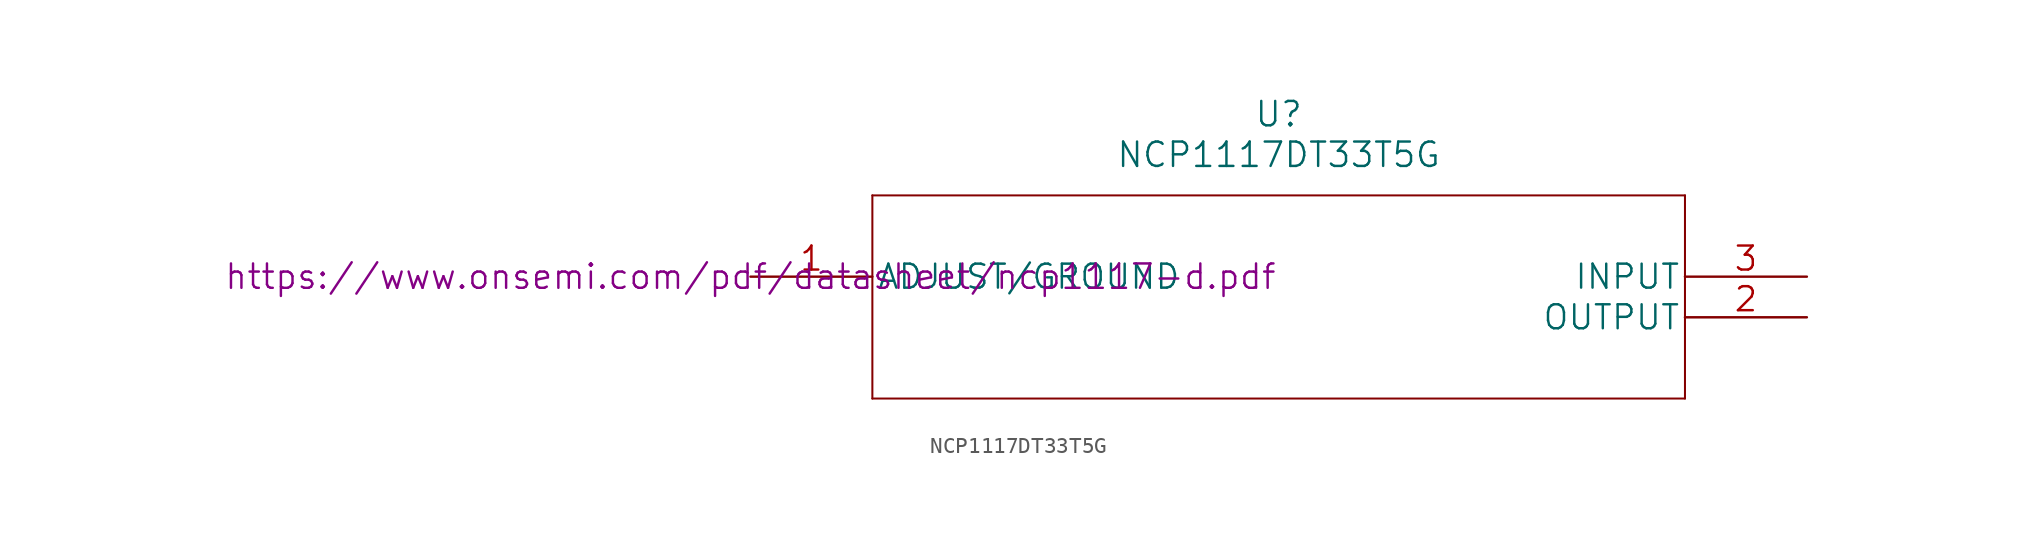
<source format=kicad_sym>
(kicad_symbol_lib
  (version 20211014)
  (generator kicad_symbol_editor)
  (symbol "NCP1117DT33T5G"
    (pin_names
      (offset 0.254))
    (property "Reference" "U"
      (at 33.02 10.16 0)
      (effects (font (size 1.524 1.524))))
    (property "Value" "NCP1117DT33T5G"
      (at 33.02 7.62 0)
      (effects (font (size 1.524 1.524))))
    (property "Datasheet" "https://www.onsemi.com/pdf/datasheet/ncp1117-d.pdf"
      (at 0 0 0)
      (effects (font (size 1.524 1.524))))
    (symbol "NCP1117DT33T5G_1_1"
      (polyline (pts (xy 7.62 -7.62) (xy 58.42 -7.62)) (stroke (width 0.127) (type default) (color 0 0 0 0)) (fill (type none)))
      (polyline (pts (xy 7.62 5.08) (xy 7.62 -7.62)) (stroke (width 0.127) (type default) (color 0 0 0 0)) (fill (type none)))
      (polyline (pts (xy 58.42 -7.62) (xy 58.42 5.08)) (stroke (width 0.127) (type default) (color 0 0 0 0)) (fill (type none)))
      (polyline (pts (xy 58.42 5.08) (xy 7.62 5.08)) (stroke (width 0.127) (type default) (color 0 0 0 0)) (fill (type none)))
      (pin passive line (at 0 0 0) (length 7.62) (name "ADJUST/GROUND" (effects (font (size 1.499 1.499)))) (number "1" (effects (font (size 1.499 1.499)))))
      (pin power_out line (at 66.04 -2.54 180) (length 7.62) (name "OUTPUT" (effects (font (size 1.499 1.499)))) (number "2" (effects (font (size 1.499 1.499)))))
      (pin power_in line (at 66.04 0 180) (length 7.62) (name "INPUT" (effects (font (size 1.499 1.499)))) (number "3" (effects (font (size 1.499 1.499))))))))
</source>
